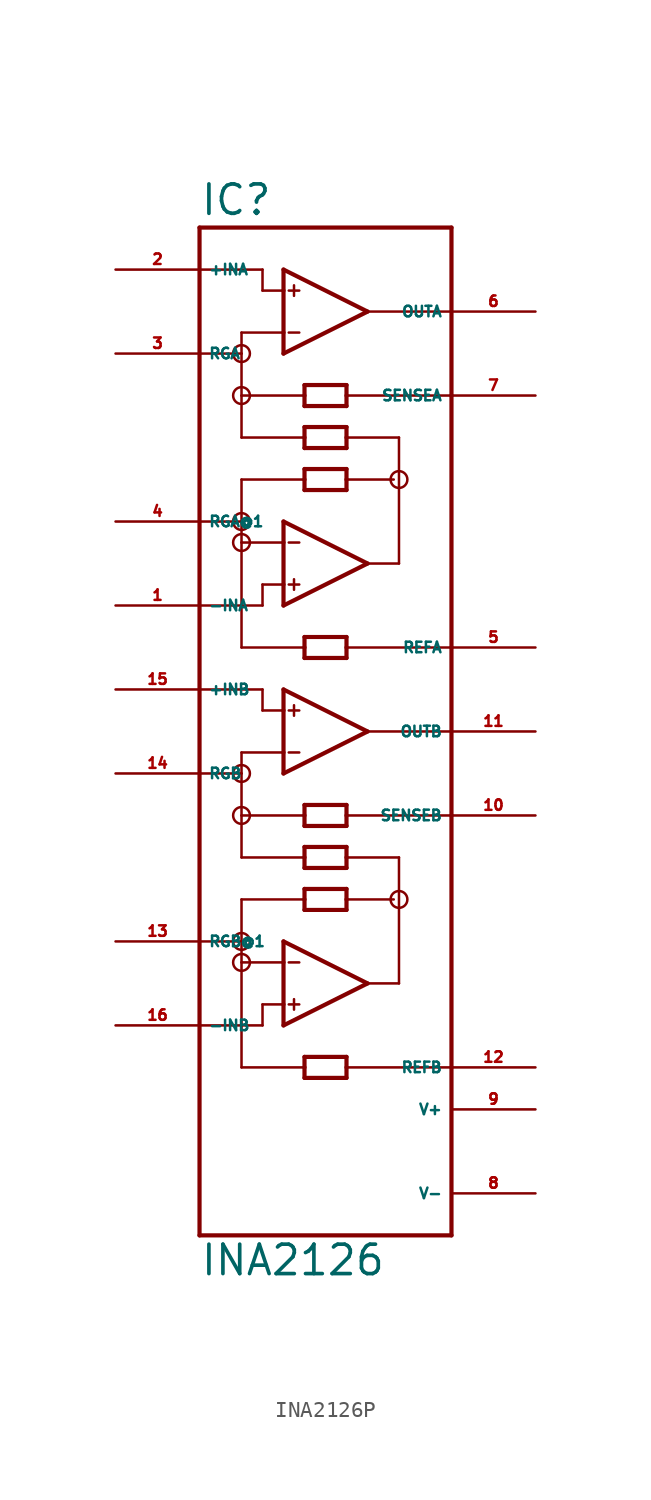
<source format=kicad_sym>
(kicad_symbol_lib
  (version 20220914)
  (generator Eagle2Kicad)
  (symbol "INA2126P"
    (property "Reference" "IC"
      (at -7.62 28.575 0)
      (effects (font (size 1.778 1.778) (thickness 0.22)) (justify left bottom)))
    (property "Value" "INA2126"
      (at -7.62 -35.56 0)
      (effects (font (size 1.778 1.778) (thickness 0.22)) (justify left bottom)))
    (polyline
      (pts (xy -2.54 20.32) (xy -2.54 21.59))
      (stroke (width 0.254) (type default))
      (fill (type none)))
    (polyline
      (pts (xy -2.54 21.59) (xy -2.54 24.13))
      (stroke (width 0.254) (type default))
      (fill (type none)))
    (polyline
      (pts (xy -2.54 24.13) (xy -2.54 25.4))
      (stroke (width 0.254) (type default))
      (fill (type none)))
    (polyline
      (pts (xy -2.54 25.4) (xy 2.54 22.86))
      (stroke (width 0.254) (type default))
      (fill (type none)))
    (polyline
      (pts (xy 2.54 22.86) (xy -2.54 20.32))
      (stroke (width 0.254) (type default))
      (fill (type none)))
    (polyline
      (pts (xy -2.54 24.13) (xy -3.81 24.13))
      (stroke (width 0.152) (type default))
      (fill (type none)))
    (polyline
      (pts (xy 1.27 15.875) (xy 1.27 15.24))
      (stroke (width 0.254) (type default))
      (fill (type none)))
    (polyline
      (pts (xy 1.27 15.24) (xy 1.27 14.605))
      (stroke (width 0.254) (type default))
      (fill (type none)))
    (polyline
      (pts (xy 1.27 14.605) (xy -1.27 14.605))
      (stroke (width 0.254) (type default))
      (fill (type none)))
    (polyline
      (pts (xy -1.27 14.605) (xy -1.27 15.24))
      (stroke (width 0.254) (type default))
      (fill (type none)))
    (polyline
      (pts (xy -1.27 15.24) (xy -1.27 15.875))
      (stroke (width 0.254) (type default))
      (fill (type none)))
    (polyline
      (pts (xy -1.27 15.875) (xy 1.27 15.875))
      (stroke (width 0.254) (type default))
      (fill (type none)))
    (polyline
      (pts (xy -1.27 18.415) (xy -1.27 17.78))
      (stroke (width 0.254) (type default))
      (fill (type none)))
    (polyline
      (pts (xy -1.27 17.78) (xy -1.27 17.145))
      (stroke (width 0.254) (type default))
      (fill (type none)))
    (polyline
      (pts (xy -1.27 17.145) (xy 1.27 17.145))
      (stroke (width 0.254) (type default))
      (fill (type none)))
    (polyline
      (pts (xy 1.27 17.145) (xy 1.27 17.78))
      (stroke (width 0.254) (type default))
      (fill (type none)))
    (polyline
      (pts (xy 1.27 17.78) (xy 1.27 18.415))
      (stroke (width 0.254) (type default))
      (fill (type none)))
    (polyline
      (pts (xy 1.27 18.415) (xy -1.27 18.415))
      (stroke (width 0.254) (type default))
      (fill (type none)))
    (polyline
      (pts (xy -2.54 21.59) (xy -5.08 21.59))
      (stroke (width 0.152) (type default))
      (fill (type none)))
    (polyline
      (pts (xy -5.08 21.59) (xy -5.08 20.32))
      (stroke (width 0.152) (type default))
      (fill (type none)))
    (polyline
      (pts (xy -2.223 24.13) (xy -1.587 24.13))
      (stroke (width 0.152) (type default))
      (fill (type none)))
    (polyline
      (pts (xy -2.223 21.59) (xy -1.587 21.59))
      (stroke (width 0.152) (type default))
      (fill (type none)))
    (polyline
      (pts (xy -1.905 24.448) (xy -1.905 23.812))
      (stroke (width 0.152) (type default))
      (fill (type none)))
    (polyline
      (pts (xy 2.54 22.86) (xy 7.62 22.86))
      (stroke (width 0.152) (type default))
      (fill (type none)))
    (polyline
      (pts (xy -2.54 5.08) (xy -2.54 6.35))
      (stroke (width 0.254) (type default))
      (fill (type none)))
    (polyline
      (pts (xy -2.54 6.35) (xy -2.54 8.89))
      (stroke (width 0.254) (type default))
      (fill (type none)))
    (polyline
      (pts (xy -2.54 8.89) (xy -2.54 10.16))
      (stroke (width 0.254) (type default))
      (fill (type none)))
    (polyline
      (pts (xy -2.54 10.16) (xy 2.54 7.62))
      (stroke (width 0.254) (type default))
      (fill (type none)))
    (polyline
      (pts (xy 2.54 7.62) (xy -2.54 5.08))
      (stroke (width 0.254) (type default))
      (fill (type none)))
    (polyline
      (pts (xy 1.27 12.065) (xy 1.27 12.7))
      (stroke (width 0.254) (type default))
      (fill (type none)))
    (polyline
      (pts (xy 1.27 12.7) (xy 1.27 13.335))
      (stroke (width 0.254) (type default))
      (fill (type none)))
    (polyline
      (pts (xy 1.27 13.335) (xy -1.27 13.335))
      (stroke (width 0.254) (type default))
      (fill (type none)))
    (polyline
      (pts (xy -1.27 13.335) (xy -1.27 12.7))
      (stroke (width 0.254) (type default))
      (fill (type none)))
    (polyline
      (pts (xy -1.27 12.7) (xy -1.27 12.065))
      (stroke (width 0.254) (type default))
      (fill (type none)))
    (polyline
      (pts (xy -1.27 12.065) (xy 1.27 12.065))
      (stroke (width 0.254) (type default))
      (fill (type none)))
    (polyline
      (pts (xy -1.27 1.905) (xy -1.27 2.54))
      (stroke (width 0.254) (type default))
      (fill (type none)))
    (polyline
      (pts (xy -1.27 2.54) (xy -1.27 3.175))
      (stroke (width 0.254) (type default))
      (fill (type none)))
    (polyline
      (pts (xy -1.27 3.175) (xy 1.27 3.175))
      (stroke (width 0.254) (type default))
      (fill (type none)))
    (polyline
      (pts (xy 1.27 3.175) (xy 1.27 2.54))
      (stroke (width 0.254) (type default))
      (fill (type none)))
    (polyline
      (pts (xy 1.27 2.54) (xy 1.27 1.905))
      (stroke (width 0.254) (type default))
      (fill (type none)))
    (polyline
      (pts (xy 1.27 1.905) (xy -1.27 1.905))
      (stroke (width 0.254) (type default))
      (fill (type none)))
    (polyline
      (pts (xy -2.54 8.89) (xy -5.08 8.89))
      (stroke (width 0.152) (type default))
      (fill (type none)))
    (polyline
      (pts (xy -5.08 8.89) (xy -5.08 10.16))
      (stroke (width 0.152) (type default))
      (fill (type none)))
    (polyline
      (pts (xy -2.54 6.35) (xy -3.81 6.35))
      (stroke (width 0.152) (type default))
      (fill (type none)))
    (polyline
      (pts (xy -2.223 8.89) (xy -1.587 8.89))
      (stroke (width 0.152) (type default))
      (fill (type none)))
    (polyline
      (pts (xy -2.223 6.35) (xy -1.587 6.35))
      (stroke (width 0.152) (type default))
      (fill (type none)))
    (polyline
      (pts (xy -1.905 6.668) (xy -1.905 6.032))
      (stroke (width 0.152) (type default))
      (fill (type none)))
    (polyline
      (pts (xy 2.54 7.62) (xy 4.445 7.62))
      (stroke (width 0.152) (type default))
      (fill (type none)))
    (polyline
      (pts (xy -7.62 25.4) (xy -3.81 25.4))
      (stroke (width 0.152) (type default))
      (fill (type none)))
    (polyline
      (pts (xy -3.81 25.4) (xy -3.81 24.13))
      (stroke (width 0.152) (type default))
      (fill (type none)))
    (polyline
      (pts (xy -7.62 20.32) (xy -5.08 20.32))
      (stroke (width 0.152) (type default))
      (fill (type none)))
    (polyline
      (pts (xy -5.08 20.32) (xy -5.08 17.78))
      (stroke (width 0.152) (type default))
      (fill (type none)))
    (polyline
      (pts (xy -5.08 17.78) (xy -1.27 17.78))
      (stroke (width 0.152) (type default))
      (fill (type none)))
    (polyline
      (pts (xy -3.81 6.35) (xy -3.81 5.08))
      (stroke (width 0.152) (type default))
      (fill (type none)))
    (polyline
      (pts (xy -3.81 5.08) (xy -7.62 5.08))
      (stroke (width 0.152) (type default))
      (fill (type none)))
    (polyline
      (pts (xy -7.62 10.16) (xy -5.08 10.16))
      (stroke (width 0.152) (type default))
      (fill (type none)))
    (polyline
      (pts (xy -5.08 15.24) (xy -1.27 15.24))
      (stroke (width 0.152) (type default))
      (fill (type none)))
    (polyline
      (pts (xy -5.08 17.78) (xy -5.08 15.24))
      (stroke (width 0.152) (type default))
      (fill (type none)))
    (polyline
      (pts (xy 1.27 15.24) (xy 4.445 15.24))
      (stroke (width 0.152) (type default))
      (fill (type none)))
    (polyline
      (pts (xy 4.445 15.24) (xy 4.445 7.62))
      (stroke (width 0.152) (type default))
      (fill (type none)))
    (polyline
      (pts (xy 1.27 12.7) (xy 4.128 12.7))
      (stroke (width 0.152) (type default))
      (fill (type none)))
    (polyline
      (pts (xy -1.27 12.7) (xy -5.08 12.7))
      (stroke (width 0.152) (type default))
      (fill (type none)))
    (polyline
      (pts (xy -5.08 12.7) (xy -5.08 10.16))
      (stroke (width 0.152) (type default))
      (fill (type none)))
    (polyline
      (pts (xy -5.08 8.89) (xy -5.08 2.54))
      (stroke (width 0.152) (type default))
      (fill (type none)))
    (polyline
      (pts (xy 1.27 2.54) (xy 7.62 2.54))
      (stroke (width 0.152) (type default))
      (fill (type none)))
    (polyline
      (pts (xy -5.08 2.54) (xy -1.27 2.54))
      (stroke (width 0.152) (type default))
      (fill (type none)))
    (polyline
      (pts (xy -2.54 -5.08) (xy -2.54 -3.81))
      (stroke (width 0.254) (type default))
      (fill (type none)))
    (polyline
      (pts (xy -2.54 -3.81) (xy -2.54 -1.27))
      (stroke (width 0.254) (type default))
      (fill (type none)))
    (polyline
      (pts (xy -2.54 -1.27) (xy -2.54 0))
      (stroke (width 0.254) (type default))
      (fill (type none)))
    (polyline
      (pts (xy -2.54 0) (xy 2.54 -2.54))
      (stroke (width 0.254) (type default))
      (fill (type none)))
    (polyline
      (pts (xy 2.54 -2.54) (xy -2.54 -5.08))
      (stroke (width 0.254) (type default))
      (fill (type none)))
    (polyline
      (pts (xy -2.54 -1.27) (xy -3.81 -1.27))
      (stroke (width 0.152) (type default))
      (fill (type none)))
    (polyline
      (pts (xy 1.27 -9.525) (xy 1.27 -10.16))
      (stroke (width 0.254) (type default))
      (fill (type none)))
    (polyline
      (pts (xy 1.27 -10.16) (xy 1.27 -10.795))
      (stroke (width 0.254) (type default))
      (fill (type none)))
    (polyline
      (pts (xy 1.27 -10.795) (xy -1.27 -10.795))
      (stroke (width 0.254) (type default))
      (fill (type none)))
    (polyline
      (pts (xy -1.27 -10.795) (xy -1.27 -10.16))
      (stroke (width 0.254) (type default))
      (fill (type none)))
    (polyline
      (pts (xy -1.27 -10.16) (xy -1.27 -9.525))
      (stroke (width 0.254) (type default))
      (fill (type none)))
    (polyline
      (pts (xy -1.27 -9.525) (xy 1.27 -9.525))
      (stroke (width 0.254) (type default))
      (fill (type none)))
    (polyline
      (pts (xy -1.27 -6.985) (xy -1.27 -7.62))
      (stroke (width 0.254) (type default))
      (fill (type none)))
    (polyline
      (pts (xy -1.27 -7.62) (xy -1.27 -8.255))
      (stroke (width 0.254) (type default))
      (fill (type none)))
    (polyline
      (pts (xy -1.27 -8.255) (xy 1.27 -8.255))
      (stroke (width 0.254) (type default))
      (fill (type none)))
    (polyline
      (pts (xy 1.27 -8.255) (xy 1.27 -7.62))
      (stroke (width 0.254) (type default))
      (fill (type none)))
    (polyline
      (pts (xy 1.27 -7.62) (xy 1.27 -6.985))
      (stroke (width 0.254) (type default))
      (fill (type none)))
    (polyline
      (pts (xy 1.27 -6.985) (xy -1.27 -6.985))
      (stroke (width 0.254) (type default))
      (fill (type none)))
    (polyline
      (pts (xy -2.54 -3.81) (xy -5.08 -3.81))
      (stroke (width 0.152) (type default))
      (fill (type none)))
    (polyline
      (pts (xy -5.08 -3.81) (xy -5.08 -5.08))
      (stroke (width 0.152) (type default))
      (fill (type none)))
    (polyline
      (pts (xy -2.223 -1.27) (xy -1.587 -1.27))
      (stroke (width 0.152) (type default))
      (fill (type none)))
    (polyline
      (pts (xy -2.223 -3.81) (xy -1.587 -3.81))
      (stroke (width 0.152) (type default))
      (fill (type none)))
    (polyline
      (pts (xy -1.905 -0.953) (xy -1.905 -1.587))
      (stroke (width 0.152) (type default))
      (fill (type none)))
    (polyline
      (pts (xy 2.54 -2.54) (xy 7.62 -2.54))
      (stroke (width 0.152) (type default))
      (fill (type none)))
    (polyline
      (pts (xy -2.54 -20.32) (xy -2.54 -19.05))
      (stroke (width 0.254) (type default))
      (fill (type none)))
    (polyline
      (pts (xy -2.54 -19.05) (xy -2.54 -16.51))
      (stroke (width 0.254) (type default))
      (fill (type none)))
    (polyline
      (pts (xy -2.54 -16.51) (xy -2.54 -15.24))
      (stroke (width 0.254) (type default))
      (fill (type none)))
    (polyline
      (pts (xy -2.54 -15.24) (xy 2.54 -17.78))
      (stroke (width 0.254) (type default))
      (fill (type none)))
    (polyline
      (pts (xy 2.54 -17.78) (xy -2.54 -20.32))
      (stroke (width 0.254) (type default))
      (fill (type none)))
    (polyline
      (pts (xy 1.27 -13.335) (xy 1.27 -12.7))
      (stroke (width 0.254) (type default))
      (fill (type none)))
    (polyline
      (pts (xy 1.27 -12.7) (xy 1.27 -12.065))
      (stroke (width 0.254) (type default))
      (fill (type none)))
    (polyline
      (pts (xy 1.27 -12.065) (xy -1.27 -12.065))
      (stroke (width 0.254) (type default))
      (fill (type none)))
    (polyline
      (pts (xy -1.27 -12.065) (xy -1.27 -12.7))
      (stroke (width 0.254) (type default))
      (fill (type none)))
    (polyline
      (pts (xy -1.27 -12.7) (xy -1.27 -13.335))
      (stroke (width 0.254) (type default))
      (fill (type none)))
    (polyline
      (pts (xy -1.27 -13.335) (xy 1.27 -13.335))
      (stroke (width 0.254) (type default))
      (fill (type none)))
    (polyline
      (pts (xy -1.27 -23.495) (xy -1.27 -22.86))
      (stroke (width 0.254) (type default))
      (fill (type none)))
    (polyline
      (pts (xy -1.27 -22.86) (xy -1.27 -22.225))
      (stroke (width 0.254) (type default))
      (fill (type none)))
    (polyline
      (pts (xy -1.27 -22.225) (xy 1.27 -22.225))
      (stroke (width 0.254) (type default))
      (fill (type none)))
    (polyline
      (pts (xy 1.27 -22.225) (xy 1.27 -22.86))
      (stroke (width 0.254) (type default))
      (fill (type none)))
    (polyline
      (pts (xy 1.27 -22.86) (xy 1.27 -23.495))
      (stroke (width 0.254) (type default))
      (fill (type none)))
    (polyline
      (pts (xy 1.27 -23.495) (xy -1.27 -23.495))
      (stroke (width 0.254) (type default))
      (fill (type none)))
    (polyline
      (pts (xy -2.54 -16.51) (xy -5.08 -16.51))
      (stroke (width 0.152) (type default))
      (fill (type none)))
    (polyline
      (pts (xy -5.08 -16.51) (xy -5.08 -15.24))
      (stroke (width 0.152) (type default))
      (fill (type none)))
    (polyline
      (pts (xy -2.54 -19.05) (xy -3.81 -19.05))
      (stroke (width 0.152) (type default))
      (fill (type none)))
    (polyline
      (pts (xy -2.223 -16.51) (xy -1.587 -16.51))
      (stroke (width 0.152) (type default))
      (fill (type none)))
    (polyline
      (pts (xy -2.223 -19.05) (xy -1.587 -19.05))
      (stroke (width 0.152) (type default))
      (fill (type none)))
    (polyline
      (pts (xy -1.905 -18.733) (xy -1.905 -19.367))
      (stroke (width 0.152) (type default))
      (fill (type none)))
    (polyline
      (pts (xy 2.54 -17.78) (xy 4.445 -17.78))
      (stroke (width 0.152) (type default))
      (fill (type none)))
    (polyline
      (pts (xy -7.62 0) (xy -3.81 0))
      (stroke (width 0.152) (type default))
      (fill (type none)))
    (polyline
      (pts (xy -3.81 0) (xy -3.81 -1.27))
      (stroke (width 0.152) (type default))
      (fill (type none)))
    (polyline
      (pts (xy -7.62 -5.08) (xy -5.08 -5.08))
      (stroke (width 0.152) (type default))
      (fill (type none)))
    (polyline
      (pts (xy -5.08 -5.08) (xy -5.08 -7.62))
      (stroke (width 0.152) (type default))
      (fill (type none)))
    (polyline
      (pts (xy -5.08 -7.62) (xy -1.27 -7.62))
      (stroke (width 0.152) (type default))
      (fill (type none)))
    (polyline
      (pts (xy -3.81 -19.05) (xy -3.81 -20.32))
      (stroke (width 0.152) (type default))
      (fill (type none)))
    (polyline
      (pts (xy -3.81 -20.32) (xy -7.62 -20.32))
      (stroke (width 0.152) (type default))
      (fill (type none)))
    (polyline
      (pts (xy -7.62 -15.24) (xy -5.08 -15.24))
      (stroke (width 0.152) (type default))
      (fill (type none)))
    (polyline
      (pts (xy -5.08 -10.16) (xy -1.27 -10.16))
      (stroke (width 0.152) (type default))
      (fill (type none)))
    (polyline
      (pts (xy -5.08 -7.62) (xy -5.08 -10.16))
      (stroke (width 0.152) (type default))
      (fill (type none)))
    (polyline
      (pts (xy 1.27 -10.16) (xy 4.445 -10.16))
      (stroke (width 0.152) (type default))
      (fill (type none)))
    (polyline
      (pts (xy 4.445 -10.16) (xy 4.445 -17.78))
      (stroke (width 0.152) (type default))
      (fill (type none)))
    (polyline
      (pts (xy 1.27 -12.7) (xy 4.128 -12.7))
      (stroke (width 0.152) (type default))
      (fill (type none)))
    (polyline
      (pts (xy -1.27 -12.7) (xy -5.08 -12.7))
      (stroke (width 0.152) (type default))
      (fill (type none)))
    (polyline
      (pts (xy -5.08 -12.7) (xy -5.08 -15.24))
      (stroke (width 0.152) (type default))
      (fill (type none)))
    (polyline
      (pts (xy -5.08 -16.51) (xy -5.08 -22.86))
      (stroke (width 0.152) (type default))
      (fill (type none)))
    (polyline
      (pts (xy -5.08 -22.86) (xy -1.27 -22.86))
      (stroke (width 0.152) (type default))
      (fill (type none)))
    (polyline
      (pts (xy 7.62 -33.02) (xy -7.62 -33.02))
      (stroke (width 0.254) (type default))
      (fill (type none)))
    (polyline
      (pts (xy -7.62 -33.02) (xy -7.62 27.94))
      (stroke (width 0.254) (type default))
      (fill (type none)))
    (polyline
      (pts (xy -7.62 27.94) (xy 7.62 27.94))
      (stroke (width 0.254) (type default))
      (fill (type none)))
    (polyline
      (pts (xy 7.62 27.94) (xy 7.62 17.78))
      (stroke (width 0.254) (type default))
      (fill (type none)))
    (polyline
      (pts (xy 7.62 17.78) (xy 7.62 2.54))
      (stroke (width 0.254) (type default))
      (fill (type none)))
    (polyline
      (pts (xy 7.62 2.54) (xy 7.62 -7.62))
      (stroke (width 0.254) (type default))
      (fill (type none)))
    (polyline
      (pts (xy 7.62 -7.62) (xy 7.62 -22.86))
      (stroke (width 0.254) (type default))
      (fill (type none)))
    (polyline
      (pts (xy 7.62 -22.86) (xy 7.62 -33.02))
      (stroke (width 0.254) (type default))
      (fill (type none)))
    (polyline
      (pts (xy 1.27 17.78) (xy 7.62 17.78))
      (stroke (width 0.152) (type default))
      (fill (type none)))
    (polyline
      (pts (xy 1.27 -22.86) (xy 7.62 -22.86))
      (stroke (width 0.152) (type default))
      (fill (type none)))
    (polyline
      (pts (xy 1.27 -7.62) (xy 7.62 -7.62))
      (stroke (width 0.152) (type default))
      (fill (type none)))
    (circle
      (center -5.08 20.32)
      (radius 0.508)
      (stroke (width 0) (type default))
      (fill (type none)))
    (circle
      (center -5.08 17.78)
      (radius 0.508)
      (stroke (width 0) (type default))
      (fill (type none)))
    (circle
      (center -5.08 10.16)
      (radius 0.508)
      (stroke (width 0) (type default))
      (fill (type none)))
    (circle
      (center -5.08 8.89)
      (radius 0.508)
      (stroke (width 0) (type default))
      (fill (type none)))
    (circle
      (center 4.445 12.7)
      (radius 0.508)
      (stroke (width 0) (type default))
      (fill (type none)))
    (circle
      (center -5.08 -5.08)
      (radius 0.508)
      (stroke (width 0) (type default))
      (fill (type none)))
    (circle
      (center -5.08 -7.62)
      (radius 0.508)
      (stroke (width 0) (type default))
      (fill (type none)))
    (circle
      (center -5.08 -16.51)
      (radius 0.508)
      (stroke (width 0) (type default))
      (fill (type none)))
    (circle
      (center -5.08 -15.24)
      (radius 0.508)
      (stroke (width 0) (type default))
      (fill (type none)))
    (circle
      (center 4.445 -12.7)
      (radius 0.508)
      (stroke (width 0) (type default))
      (fill (type none)))
    (pin input line
      (at -12.7 25.4 0)
      (length 5.08)
      (name "+INA" (effects (font (size 0.635 0.635) (thickness 0.08)) (justify left bottom)))
      (number "2" (effects (font (size 0.635 0.635) (thickness 0.08)) (justify left bottom))))
    (pin input line
      (at -12.7 5.08 0)
      (length 5.08)
      (name "-INA" (effects (font (size 0.635 0.635) (thickness 0.08)) (justify left bottom)))
      (number "1" (effects (font (size 0.635 0.635) (thickness 0.08)) (justify left bottom))))
    (pin input line
      (at -12.7 0 0)
      (length 5.08)
      (name "+INB" (effects (font (size 0.635 0.635) (thickness 0.08)) (justify left bottom)))
      (number "15" (effects (font (size 0.635 0.635) (thickness 0.08)) (justify left bottom))))
    (pin input line
      (at -12.7 -20.32 0)
      (length 5.08)
      (name "-INB" (effects (font (size 0.635 0.635) (thickness 0.08)) (justify left bottom)))
      (number "16" (effects (font (size 0.635 0.635) (thickness 0.08)) (justify left bottom))))
    (pin output line
      (at 12.7 22.86 180)
      (length 5.08)
      (name "OUTA" (effects (font (size 0.635 0.635) (thickness 0.08)) (justify left bottom)))
      (number "6" (effects (font (size 0.635 0.635) (thickness 0.08)) (justify left bottom))))
    (pin passive line
      (at 12.7 17.78 180)
      (length 5.08)
      (name "SENSEA" (effects (font (size 0.635 0.635) (thickness 0.08)) (justify left bottom)))
      (number "7" (effects (font (size 0.635 0.635) (thickness 0.08)) (justify left bottom))))
    (pin output line
      (at 12.7 -2.54 180)
      (length 5.08)
      (name "OUTB" (effects (font (size 0.635 0.635) (thickness 0.08)) (justify left bottom)))
      (number "11" (effects (font (size 0.635 0.635) (thickness 0.08)) (justify left bottom))))
    (pin passive line
      (at 12.7 -7.62 180)
      (length 5.08)
      (name "SENSEB" (effects (font (size 0.635 0.635) (thickness 0.08)) (justify left bottom)))
      (number "10" (effects (font (size 0.635 0.635) (thickness 0.08)) (justify left bottom))))
    (pin passive line
      (at -12.7 20.32 0)
      (length 5.08)
      (name "RGA" (effects (font (size 0.635 0.635) (thickness 0.08)) (justify left bottom)))
      (number "3" (effects (font (size 0.635 0.635) (thickness 0.08)) (justify left bottom))))
    (pin passive line
      (at -12.7 10.16 0)
      (length 5.08)
      (name "RGA@1" (effects (font (size 0.635 0.635) (thickness 0.08)) (justify left bottom)))
      (number "4" (effects (font (size 0.635 0.635) (thickness 0.08)) (justify left bottom))))
    (pin passive line
      (at -12.7 -5.08 0)
      (length 5.08)
      (name "RGB" (effects (font (size 0.635 0.635) (thickness 0.08)) (justify left bottom)))
      (number "14" (effects (font (size 0.635 0.635) (thickness 0.08)) (justify left bottom))))
    (pin passive line
      (at -12.7 -15.24 0)
      (length 5.08)
      (name "RGB@1" (effects (font (size 0.635 0.635) (thickness 0.08)) (justify left bottom)))
      (number "13" (effects (font (size 0.635 0.635) (thickness 0.08)) (justify left bottom))))
    (pin unspecified line
      (at 12.7 2.54 180)
      (length 5.08)
      (name "REFA" (effects (font (size 0.635 0.635) (thickness 0.08)) (justify left bottom)))
      (number "5" (effects (font (size 0.635 0.635) (thickness 0.08)) (justify left bottom))))
    (pin unspecified line
      (at 12.7 -22.86 180)
      (length 5.08)
      (name "REFB" (effects (font (size 0.635 0.635) (thickness 0.08)) (justify left bottom)))
      (number "12" (effects (font (size 0.635 0.635) (thickness 0.08)) (justify left bottom))))
    (pin unspecified line
      (at 12.7 -25.4 180)
      (length 5.08)
      (name "V+" (effects (font (size 0.635 0.635) (thickness 0.08)) (justify left bottom)))
      (number "9" (effects (font (size 0.635 0.635) (thickness 0.08)) (justify left bottom))))
    (pin unspecified line
      (at 12.7 -30.48 180)
      (length 5.08)
      (name "V-" (effects (font (size 0.635 0.635) (thickness 0.08)) (justify left bottom)))
      (number "8" (effects (font (size 0.635 0.635) (thickness 0.08)) (justify left bottom))))))
</source>
